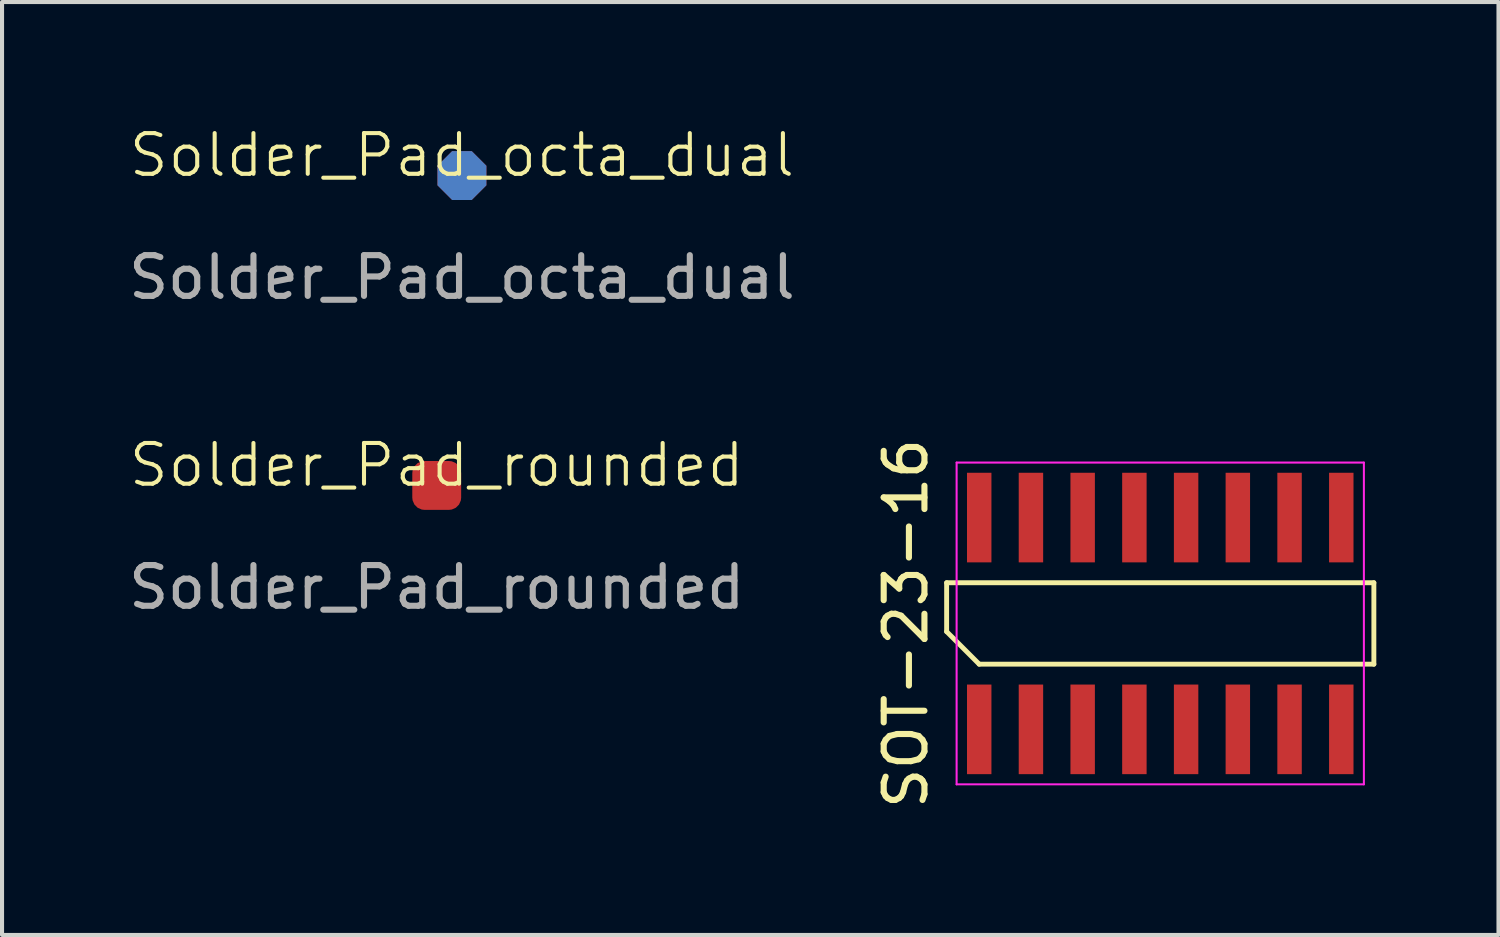
<source format=kicad_pcb>
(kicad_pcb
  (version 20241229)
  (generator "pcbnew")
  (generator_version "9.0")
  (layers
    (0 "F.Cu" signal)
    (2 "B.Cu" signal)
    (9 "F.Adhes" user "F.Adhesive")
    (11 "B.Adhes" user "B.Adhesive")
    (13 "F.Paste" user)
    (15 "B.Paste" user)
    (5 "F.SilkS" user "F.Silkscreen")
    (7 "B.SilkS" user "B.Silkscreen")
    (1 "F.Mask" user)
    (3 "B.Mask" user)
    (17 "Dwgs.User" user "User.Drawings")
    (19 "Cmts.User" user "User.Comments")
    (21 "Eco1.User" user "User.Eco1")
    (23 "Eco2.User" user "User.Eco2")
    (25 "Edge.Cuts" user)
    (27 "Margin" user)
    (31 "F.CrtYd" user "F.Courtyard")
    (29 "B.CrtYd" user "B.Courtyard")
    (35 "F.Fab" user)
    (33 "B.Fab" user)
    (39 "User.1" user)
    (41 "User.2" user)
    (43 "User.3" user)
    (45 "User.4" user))
  (footprint "Solder_Pad_octa_dual"
    (layer "F.Cu")
    (at 8.292 1.26)
    (property "Reference" "Solder_Pad_octa_dual" (at 0 -0.5 0) (unlocked yes) (layer "F.SilkS") (effects (font (size 1 1) (thickness 0.1))))
    (attr smd)
    (fp_text user "${REFERENCE}" (at 0 2.5 0) (unlocked yes) (layer "F.Fab") (effects (font (size 1 1) (thickness 0.15))))
    (pad "1" smd roundrect (at 0 0) (size 1.2 1.2) (layers "F.Cu" "F.Mask") (roundrect_rratio 0) (chamfer_ratio 0.3) (chamfer top_left top_right bottom_left bottom_right))
    (pad "2" smd roundrect (at 0 0) (size 1.2 1.2) (layers "B.Cu" "B.Mask") (roundrect_rratio 0) (chamfer_ratio 0.3) (chamfer top_left top_right bottom_left bottom_right)))
  (footprint "SOT-23-16"
    (layer "F.Cu")
    (at 25.438 12.258)
    (property "Reference" "SOT-23-16" (at -6.245 0 90) (layer "F.SilkS") (effects (font (size 1 1) (thickness 0.15))))
    (attr smd)
    (fp_line (start -5.245 -1) (end 5.245 -1) (stroke (width 0.12) (type default)) (layer "F.SilkS"))
    (fp_line (start -5.245 0.2) (end -5.245 -1) (stroke (width 0.12) (type default)) (layer "F.SilkS"))
    (fp_line (start -4.445 1) (end -5.245 0.2) (stroke (width 0.12) (type default)) (layer "F.SilkS"))
    (fp_line (start 5.245 -1) (end 5.245 1) (stroke (width 0.12) (type default)) (layer "F.SilkS"))
    (fp_line (start 5.245 1) (end -4.445 1) (stroke (width 0.12) (type default)) (layer "F.SilkS"))
    (fp_line (start -5 -3.95) (end 5 -3.95) (stroke (width 0.05) (type default)) (layer "F.CrtYd"))
    (fp_line (start -5 3.95) (end -5 -3.95) (stroke (width 0.05) (type default)) (layer "F.CrtYd"))
    (fp_line (start 5 -3.95) (end 5 3.95) (stroke (width 0.05) (type default)) (layer "F.CrtYd"))
    (fp_line (start 5 3.95) (end -5 3.95) (stroke (width 0.05) (type default)) (layer "F.CrtYd"))
    (pad "1" smd rect (at -4.445 2.6) (size 0.6 2.2) (layers "F.Cu" "F.Mask" "F.Paste"))
    (pad "2" smd rect (at -3.175 2.6) (size 0.6 2.2) (layers "F.Cu" "F.Mask" "F.Paste"))
    (pad "3" smd rect (at -1.905 2.6) (size 0.6 2.2) (layers "F.Cu" "F.Mask" "F.Paste"))
    (pad "4" smd rect (at -0.635 2.6) (size 0.6 2.2) (layers "F.Cu" "F.Mask" "F.Paste"))
    (pad "5" smd rect (at 0.635 2.6) (size 0.6 2.2) (layers "F.Cu" "F.Mask" "F.Paste"))
    (pad "6" smd rect (at 1.905 2.6) (size 0.6 2.2) (layers "F.Cu" "F.Mask" "F.Paste"))
    (pad "7" smd rect (at 3.175 2.6) (size 0.6 2.2) (layers "F.Cu" "F.Mask" "F.Paste"))
    (pad "8" smd rect (at 4.445 2.6) (size 0.6 2.2) (layers "F.Cu" "F.Mask" "F.Paste"))
    (pad "9" smd rect (at 4.445 -2.6) (size 0.6 2.2) (layers "F.Cu" "F.Mask" "F.Paste"))
    (pad "10" smd rect (at 3.175 -2.6) (size 0.6 2.2) (layers "F.Cu" "F.Mask" "F.Paste"))
    (pad "11" smd rect (at 1.905 -2.6) (size 0.6 2.2) (layers "F.Cu" "F.Mask" "F.Paste"))
    (pad "12" smd rect (at 0.635 -2.6) (size 0.6 2.2) (layers "F.Cu" "F.Mask" "F.Paste"))
    (pad "13" smd rect (at -0.635 -2.6) (size 0.6 2.2) (layers "F.Cu" "F.Mask" "F.Paste"))
    (pad "14" smd rect (at -1.905 -2.6) (size 0.6 2.2) (layers "F.Cu" "F.Mask" "F.Paste"))
    (pad "15" smd rect (at -3.175 -2.6) (size 0.6 2.2) (layers "F.Cu" "F.Mask" "F.Paste"))
    (pad "16" smd rect (at -4.445 -2.6) (size 0.6 2.2) (layers "F.Cu" "F.Mask" "F.Paste")))
  (footprint "Solder_Pad_rounded"
    (layer "F.Cu")
    (at 7.673 8.869)
    (property "Reference" "Solder_Pad_rounded" (at 0 -0.5 0) (unlocked yes) (layer "F.SilkS") (effects (font (size 1 1) (thickness 0.1))))
    (attr smd)
    (fp_text user "${REFERENCE}" (at 0 2.5 0) (unlocked yes) (layer "F.Fab") (effects (font (size 1 1) (thickness 0.15))))
    (pad "1" smd roundrect (at 0 0) (size 1.2 1.2) (layers "F.Cu" "F.Mask") (roundrect_rratio 0.25)))
  (gr_rect
    (start -3 -3)
    (end 33.743 19.906)
    (stroke (width 0.1) (type default))
    (fill no)
    (layer "Edge.Cuts")))
</source>
